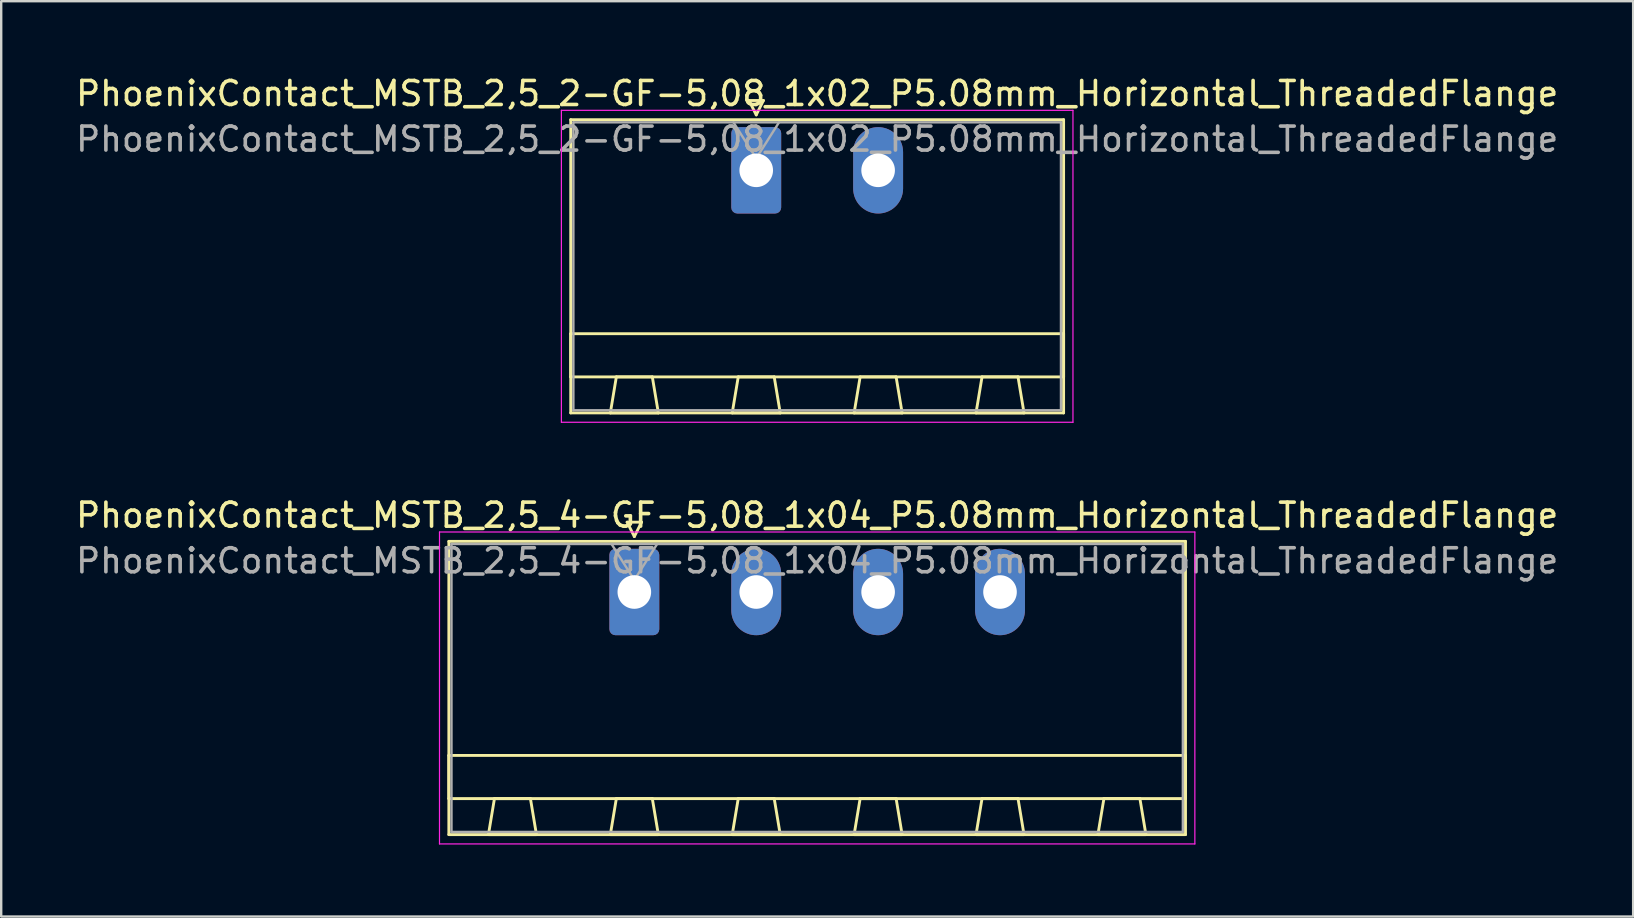
<source format=kicad_pcb>
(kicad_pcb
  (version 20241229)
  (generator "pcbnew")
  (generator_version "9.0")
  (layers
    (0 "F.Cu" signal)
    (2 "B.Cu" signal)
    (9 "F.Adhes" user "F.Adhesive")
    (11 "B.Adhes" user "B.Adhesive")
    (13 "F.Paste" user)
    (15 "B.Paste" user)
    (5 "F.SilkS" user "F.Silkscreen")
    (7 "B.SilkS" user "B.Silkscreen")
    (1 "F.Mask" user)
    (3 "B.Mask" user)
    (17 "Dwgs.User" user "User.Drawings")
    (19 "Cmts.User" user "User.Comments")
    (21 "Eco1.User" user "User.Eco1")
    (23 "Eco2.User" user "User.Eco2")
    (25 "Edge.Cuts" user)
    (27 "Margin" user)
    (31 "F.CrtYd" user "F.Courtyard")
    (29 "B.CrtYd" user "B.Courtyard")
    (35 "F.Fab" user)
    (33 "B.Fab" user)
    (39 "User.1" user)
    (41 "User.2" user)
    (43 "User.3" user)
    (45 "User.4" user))
  (footprint "PhoenixContact_MSTB_2,5_2-GF-5,08_1x02_P5.08mm_Horizontal_ThreadedFlange"
    (layer "F.Cu")
    (at 28.466 4.048)
    (property "Reference" "PhoenixContact_MSTB_2,5_2-GF-5,08_1x02_P5.08mm_Horizontal_ThreadedFlange" (at 2.54 -3.2 0) (layer "F.SilkS") (effects (font (size 1 1) (thickness 0.15))))
    (attr through_hole)
    (fp_line (start -7.73 -2.11) (end -7.73 10.11) (stroke (width 0.12) (type solid)) (layer "F.SilkS"))
    (fp_line (start -7.73 6.81) (end 12.81 6.81) (stroke (width 0.12) (type solid)) (layer "F.SilkS"))
    (fp_line (start -7.73 8.61) (end -7.73 6.81) (stroke (width 0.12) (type solid)) (layer "F.SilkS"))
    (fp_line (start -7.73 10.11) (end 12.81 10.11) (stroke (width 0.12) (type solid)) (layer "F.SilkS"))
    (fp_line (start -6.08 10.11) (end -4.08 10.11) (stroke (width 0.12) (type solid)) (layer "F.SilkS"))
    (fp_line (start -5.83 8.61) (end -6.08 10.11) (stroke (width 0.12) (type solid)) (layer "F.SilkS"))
    (fp_line (start -4.33 8.61) (end -5.83 8.61) (stroke (width 0.12) (type solid)) (layer "F.SilkS"))
    (fp_line (start -4.08 10.11) (end -4.33 8.61) (stroke (width 0.12) (type solid)) (layer "F.SilkS"))
    (fp_line (start -1 10.11) (end 1 10.11) (stroke (width 0.12) (type solid)) (layer "F.SilkS"))
    (fp_line (start -0.75 8.61) (end -1 10.11) (stroke (width 0.12) (type solid)) (layer "F.SilkS"))
    (fp_line (start -0.3 -2.91) (end 0.3 -2.91) (stroke (width 0.12) (type solid)) (layer "F.SilkS"))
    (fp_line (start 0 -2.31) (end -0.3 -2.91) (stroke (width 0.12) (type solid)) (layer "F.SilkS"))
    (fp_line (start 0.3 -2.91) (end 0 -2.31) (stroke (width 0.12) (type solid)) (layer "F.SilkS"))
    (fp_line (start 0.75 8.61) (end -0.75 8.61) (stroke (width 0.12) (type solid)) (layer "F.SilkS"))
    (fp_line (start 1 10.11) (end 0.75 8.61) (stroke (width 0.12) (type solid)) (layer "F.SilkS"))
    (fp_line (start 4.08 10.11) (end 6.08 10.11) (stroke (width 0.12) (type solid)) (layer "F.SilkS"))
    (fp_line (start 4.33 8.61) (end 4.08 10.11) (stroke (width 0.12) (type solid)) (layer "F.SilkS"))
    (fp_line (start 5.83 8.61) (end 4.33 8.61) (stroke (width 0.12) (type solid)) (layer "F.SilkS"))
    (fp_line (start 6.08 10.11) (end 5.83 8.61) (stroke (width 0.12) (type solid)) (layer "F.SilkS"))
    (fp_line (start 9.16 10.11) (end 11.16 10.11) (stroke (width 0.12) (type solid)) (layer "F.SilkS"))
    (fp_line (start 9.41 8.61) (end 9.16 10.11) (stroke (width 0.12) (type solid)) (layer "F.SilkS"))
    (fp_line (start 10.91 8.61) (end 9.41 8.61) (stroke (width 0.12) (type solid)) (layer "F.SilkS"))
    (fp_line (start 11.16 10.11) (end 10.91 8.61) (stroke (width 0.12) (type solid)) (layer "F.SilkS"))
    (fp_line (start 12.81 -2.11) (end -7.73 -2.11) (stroke (width 0.12) (type solid)) (layer "F.SilkS"))
    (fp_line (start 12.81 6.81) (end 12.81 8.61) (stroke (width 0.12) (type solid)) (layer "F.SilkS"))
    (fp_line (start 12.81 8.61) (end -7.73 8.61) (stroke (width 0.12) (type solid)) (layer "F.SilkS"))
    (fp_line (start 12.81 10.11) (end 12.81 -2.11) (stroke (width 0.12) (type solid)) (layer "F.SilkS"))
    (fp_line (start -8.12 -2.5) (end -8.12 10.5) (stroke (width 0.05) (type solid)) (layer "F.CrtYd"))
    (fp_line (start -8.12 10.5) (end 13.2 10.5) (stroke (width 0.05) (type solid)) (layer "F.CrtYd"))
    (fp_line (start 13.2 -2.5) (end -8.12 -2.5) (stroke (width 0.05) (type solid)) (layer "F.CrtYd"))
    (fp_line (start 13.2 10.5) (end 13.2 -2.5) (stroke (width 0.05) (type solid)) (layer "F.CrtYd"))
    (fp_line (start -7.62 -2) (end -7.62 10) (stroke (width 0.1) (type solid)) (layer "F.Fab"))
    (fp_line (start -7.62 10) (end 12.7 10) (stroke (width 0.1) (type solid)) (layer "F.Fab"))
    (fp_line (start 0 -0.5) (end -0.95 -2) (stroke (width 0.1) (type solid)) (layer "F.Fab"))
    (fp_line (start 0.95 -2) (end 0 -0.5) (stroke (width 0.1) (type solid)) (layer "F.Fab"))
    (fp_line (start 12.7 -2) (end -7.62 -2) (stroke (width 0.1) (type solid)) (layer "F.Fab"))
    (fp_line (start 12.7 10) (end 12.7 -2) (stroke (width 0.1) (type solid)) (layer "F.Fab"))
    (fp_text user "${REFERENCE}" (at 2.54 -1.3 0) (layer "F.Fab") (effects (font (size 1 1) (thickness 0.15))))
    (pad "1" thru_hole roundrect (at 0 0) (size 2.08 3.6) (drill 1.4) (layers "*.Cu" "*.Mask") (roundrect_rratio 0.12))
    (pad "2" thru_hole oval (at 5.08 0) (size 2.08 3.6) (drill 1.4) (layers "*.Cu" "*.Mask")))
  (footprint "PhoenixContact_MSTB_2,5_4-GF-5,08_1x04_P5.08mm_Horizontal_ThreadedFlange"
    (layer "F.Cu")
    (at 23.386 21.622)
    (property "Reference" "PhoenixContact_MSTB_2,5_4-GF-5,08_1x04_P5.08mm_Horizontal_ThreadedFlange" (at 7.62 -3.2 0) (layer "F.SilkS") (effects (font (size 1 1) (thickness 0.15))))
    (attr through_hole)
    (fp_line (start -7.73 -2.11) (end -7.73 10.11) (stroke (width 0.12) (type solid)) (layer "F.SilkS"))
    (fp_line (start -7.73 6.81) (end 22.97 6.81) (stroke (width 0.12) (type solid)) (layer "F.SilkS"))
    (fp_line (start -7.73 8.61) (end -7.73 6.81) (stroke (width 0.12) (type solid)) (layer "F.SilkS"))
    (fp_line (start -7.73 10.11) (end 22.97 10.11) (stroke (width 0.12) (type solid)) (layer "F.SilkS"))
    (fp_line (start -6.08 10.11) (end -4.08 10.11) (stroke (width 0.12) (type solid)) (layer "F.SilkS"))
    (fp_line (start -5.83 8.61) (end -6.08 10.11) (stroke (width 0.12) (type solid)) (layer "F.SilkS"))
    (fp_line (start -4.33 8.61) (end -5.83 8.61) (stroke (width 0.12) (type solid)) (layer "F.SilkS"))
    (fp_line (start -4.08 10.11) (end -4.33 8.61) (stroke (width 0.12) (type solid)) (layer "F.SilkS"))
    (fp_line (start -1 10.11) (end 1 10.11) (stroke (width 0.12) (type solid)) (layer "F.SilkS"))
    (fp_line (start -0.75 8.61) (end -1 10.11) (stroke (width 0.12) (type solid)) (layer "F.SilkS"))
    (fp_line (start -0.3 -2.91) (end 0.3 -2.91) (stroke (width 0.12) (type solid)) (layer "F.SilkS"))
    (fp_line (start 0 -2.31) (end -0.3 -2.91) (stroke (width 0.12) (type solid)) (layer "F.SilkS"))
    (fp_line (start 0.3 -2.91) (end 0 -2.31) (stroke (width 0.12) (type solid)) (layer "F.SilkS"))
    (fp_line (start 0.75 8.61) (end -0.75 8.61) (stroke (width 0.12) (type solid)) (layer "F.SilkS"))
    (fp_line (start 1 10.11) (end 0.75 8.61) (stroke (width 0.12) (type solid)) (layer "F.SilkS"))
    (fp_line (start 4.08 10.11) (end 6.08 10.11) (stroke (width 0.12) (type solid)) (layer "F.SilkS"))
    (fp_line (start 4.33 8.61) (end 4.08 10.11) (stroke (width 0.12) (type solid)) (layer "F.SilkS"))
    (fp_line (start 5.83 8.61) (end 4.33 8.61) (stroke (width 0.12) (type solid)) (layer "F.SilkS"))
    (fp_line (start 6.08 10.11) (end 5.83 8.61) (stroke (width 0.12) (type solid)) (layer "F.SilkS"))
    (fp_line (start 9.16 10.11) (end 11.16 10.11) (stroke (width 0.12) (type solid)) (layer "F.SilkS"))
    (fp_line (start 9.41 8.61) (end 9.16 10.11) (stroke (width 0.12) (type solid)) (layer "F.SilkS"))
    (fp_line (start 10.91 8.61) (end 9.41 8.61) (stroke (width 0.12) (type solid)) (layer "F.SilkS"))
    (fp_line (start 11.16 10.11) (end 10.91 8.61) (stroke (width 0.12) (type solid)) (layer "F.SilkS"))
    (fp_line (start 14.24 10.11) (end 16.24 10.11) (stroke (width 0.12) (type solid)) (layer "F.SilkS"))
    (fp_line (start 14.49 8.61) (end 14.24 10.11) (stroke (width 0.12) (type solid)) (layer "F.SilkS"))
    (fp_line (start 15.99 8.61) (end 14.49 8.61) (stroke (width 0.12) (type solid)) (layer "F.SilkS"))
    (fp_line (start 16.24 10.11) (end 15.99 8.61) (stroke (width 0.12) (type solid)) (layer "F.SilkS"))
    (fp_line (start 19.32 10.11) (end 21.32 10.11) (stroke (width 0.12) (type solid)) (layer "F.SilkS"))
    (fp_line (start 19.57 8.61) (end 19.32 10.11) (stroke (width 0.12) (type solid)) (layer "F.SilkS"))
    (fp_line (start 21.07 8.61) (end 19.57 8.61) (stroke (width 0.12) (type solid)) (layer "F.SilkS"))
    (fp_line (start 21.32 10.11) (end 21.07 8.61) (stroke (width 0.12) (type solid)) (layer "F.SilkS"))
    (fp_line (start 22.97 -2.11) (end -7.73 -2.11) (stroke (width 0.12) (type solid)) (layer "F.SilkS"))
    (fp_line (start 22.97 6.81) (end 22.97 8.61) (stroke (width 0.12) (type solid)) (layer "F.SilkS"))
    (fp_line (start 22.97 8.61) (end -7.73 8.61) (stroke (width 0.12) (type solid)) (layer "F.SilkS"))
    (fp_line (start 22.97 10.11) (end 22.97 -2.11) (stroke (width 0.12) (type solid)) (layer "F.SilkS"))
    (fp_line (start -8.12 -2.5) (end -8.12 10.5) (stroke (width 0.05) (type solid)) (layer "F.CrtYd"))
    (fp_line (start -8.12 10.5) (end 23.36 10.5) (stroke (width 0.05) (type solid)) (layer "F.CrtYd"))
    (fp_line (start 23.36 -2.5) (end -8.12 -2.5) (stroke (width 0.05) (type solid)) (layer "F.CrtYd"))
    (fp_line (start 23.36 10.5) (end 23.36 -2.5) (stroke (width 0.05) (type solid)) (layer "F.CrtYd"))
    (fp_line (start -7.62 -2) (end -7.62 10) (stroke (width 0.1) (type solid)) (layer "F.Fab"))
    (fp_line (start -7.62 10) (end 22.86 10) (stroke (width 0.1) (type solid)) (layer "F.Fab"))
    (fp_line (start 0 -0.5) (end -0.95 -2) (stroke (width 0.1) (type solid)) (layer "F.Fab"))
    (fp_line (start 0.95 -2) (end 0 -0.5) (stroke (width 0.1) (type solid)) (layer "F.Fab"))
    (fp_line (start 22.86 -2) (end -7.62 -2) (stroke (width 0.1) (type solid)) (layer "F.Fab"))
    (fp_line (start 22.86 10) (end 22.86 -2) (stroke (width 0.1) (type solid)) (layer "F.Fab"))
    (fp_text user "${REFERENCE}" (at 7.62 -1.3 0) (layer "F.Fab") (effects (font (size 1 1) (thickness 0.15))))
    (pad "1" thru_hole roundrect (at 0 0) (size 2.08 3.6) (drill 1.4) (layers "*.Cu" "*.Mask") (roundrect_rratio 0.12))
    (pad "2" thru_hole oval (at 5.08 0) (size 2.08 3.6) (drill 1.4) (layers "*.Cu" "*.Mask"))
    (pad "3" thru_hole oval (at 10.16 0) (size 2.08 3.6) (drill 1.4) (layers "*.Cu" "*.Mask"))
    (pad "4" thru_hole oval (at 15.24 0) (size 2.08 3.6) (drill 1.4) (layers "*.Cu" "*.Mask")))
  (gr_rect
    (start -3 -3)
    (end 65.012 35.147)
    (stroke (width 0.1) (type default))
    (fill no)
    (layer "Edge.Cuts")))
</source>
